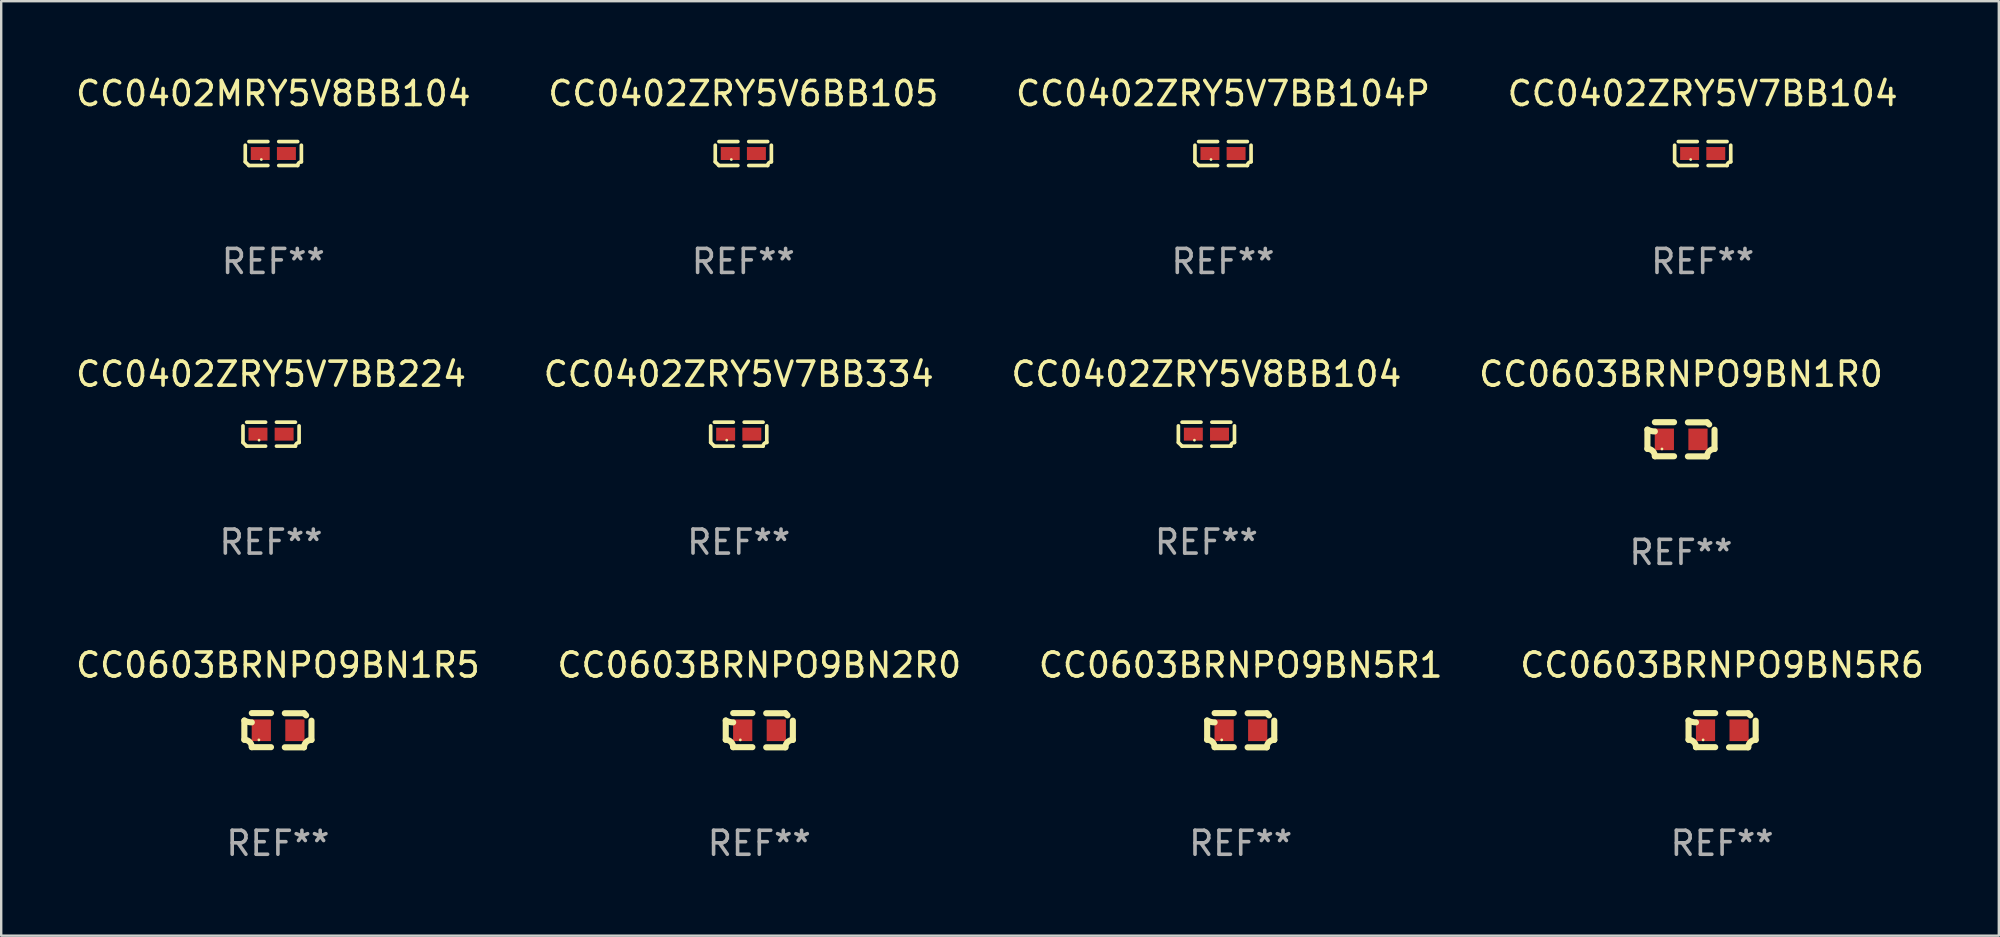
<source format=kicad_pcb>
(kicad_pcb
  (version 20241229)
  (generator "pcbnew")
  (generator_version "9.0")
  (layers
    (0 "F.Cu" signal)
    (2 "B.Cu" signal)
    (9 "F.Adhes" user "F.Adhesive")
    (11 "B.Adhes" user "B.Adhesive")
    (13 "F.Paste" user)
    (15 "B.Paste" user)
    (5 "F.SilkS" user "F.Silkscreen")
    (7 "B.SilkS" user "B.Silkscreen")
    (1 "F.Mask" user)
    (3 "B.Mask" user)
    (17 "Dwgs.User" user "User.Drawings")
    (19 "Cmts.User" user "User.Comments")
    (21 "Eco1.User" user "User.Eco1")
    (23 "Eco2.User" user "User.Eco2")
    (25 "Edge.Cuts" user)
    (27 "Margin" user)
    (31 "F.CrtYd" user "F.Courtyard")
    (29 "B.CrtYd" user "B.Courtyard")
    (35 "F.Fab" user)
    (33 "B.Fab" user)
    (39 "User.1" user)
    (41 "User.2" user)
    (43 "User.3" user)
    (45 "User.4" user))
  (footprint "CC0402ZRY5V7BB104"
    (layer "F.Cu")
    (at 67.899 3.347)
    (property "Reference" "CC0402ZRY5V7BB104" (at 0 -2.499 0) (layer "F.SilkS") (effects (font (size 1 1) (thickness 0.15))))
    (attr through_hole)
    (fp_line (start -1.169 0.346) (end -1.169 -0.346) (stroke (width 0.152) (type solid)) (layer "F.SilkS"))
    (fp_line (start -1.016 -0.499) (end -0.226 -0.499) (stroke (width 0.152) (type solid)) (layer "F.SilkS"))
    (fp_line (start -0.226 0.499) (end -1.016 0.499) (stroke (width 0.152) (type solid)) (layer "F.SilkS"))
    (fp_line (start 0.226 0.499) (end 1.016 0.499) (stroke (width 0.152) (type solid)) (layer "F.SilkS"))
    (fp_line (start 1.016 -0.499) (end 0.226 -0.499) (stroke (width 0.152) (type solid)) (layer "F.SilkS"))
    (fp_line (start 1.169 0.346) (end 1.169 -0.346) (stroke (width 0.152) (type solid)) (layer "F.SilkS"))
    (fp_arc (start -1.016307 0.498603) (mid -1.092512 0.422405) (end -1.16871 0.3462) (stroke (width 0.1524) (type solid)) (layer "F.SilkS"))
    (fp_arc (start 1.016307 0.498603) (mid 1.060899 0.390758) (end 1.168707 0.346076) (stroke (width 0.1524) (type solid)) (layer "F.SilkS"))
    (fp_circle (center -0.5 0.25) (end -0.47 0.25) (stroke (width 0.06) (type solid)) (fill no) (layer "F.SilkS"))
    (fp_text user "REF**" (at 0 4.499 0) (layer "F.Fab") (effects (font (size 1 1) (thickness 0.15))))
    (pad "1" smd rect (at -0.545 0) (size 0.79 0.54) (layers "F.Cu" "F.Mask" "F.Paste"))
    (pad "2" smd rect (at 0.545 0) (size 0.79 0.54) (layers "F.Cu" "F.Mask" "F.Paste")))
  (footprint "CC0603BRNPO9BN1R0"
    (layer "F.Cu")
    (at 66.994 15.255)
    (property "Reference" "CC0603BRNPO9BN1R0" (at 0 -2.713 0) (layer "F.SilkS") (effects (font (size 1 1) (thickness 0.15))))
    (attr through_hole)
    (fp_line (start -1.398 -0.403) (end -1.398 0.397) (stroke (width 0.254) (type solid)) (layer "F.SilkS"))
    (fp_line (start -0.288 -0.713) (end -1.088 -0.713) (stroke (width 0.254) (type solid)) (layer "F.SilkS"))
    (fp_line (start -0.288 0.707) (end -1.088 0.707) (stroke (width 0.254) (type solid)) (layer "F.SilkS"))
    (fp_line (start 0.288 -0.707) (end 1.088 -0.707) (stroke (width 0.254) (type solid)) (layer "F.SilkS"))
    (fp_line (start 0.288 0.713) (end 1.088 0.713) (stroke (width 0.254) (type solid)) (layer "F.SilkS"))
    (fp_line (start 1.398 -0.397) (end 1.398 0.403) (stroke (width 0.254) (type solid)) (layer "F.SilkS"))
    (fp_arc (start -1.397789 0.397066) (mid -1.178701 0.487826) (end -1.08796 0.706922) (stroke (width 0.254001) (type solid)) (layer "F.SilkS"))
    (fp_arc (start -1.08796 -0.327176) (mid -1.247436 -0.346384) (end -1.39779 -0.402908) (stroke (width 0.254001) (type solid)) (layer "F.SilkS"))
    (fp_arc (start 1.087909 0.712738) (mid 1.178656 0.493655) (end 1.397739 0.402908) (stroke (width 0.254001) (type solid)) (layer "F.SilkS"))
    (fp_arc (start 1.175925 -0.618926) (mid 1.131917 -0.662923) (end 1.08791 -0.706922) (stroke (width 0.254001) (type solid)) (layer "F.SilkS"))
    (fp_circle (center -0.792 0.403) (end -0.762 0.403) (stroke (width 0.06) (type solid)) (fill no) (layer "F.SilkS"))
    (fp_text user "REF**" (at 0 4.713 0) (layer "F.Fab") (effects (font (size 1 1) (thickness 0.15))))
    (pad "1" smd rect (at -0.692 0.003) (size 0.8 0.9) (layers "F.Cu" "F.Mask" "F.Paste"))
    (pad "2" smd rect (at 0.708 0.003) (size 0.8 0.9) (layers "F.Cu" "F.Mask" "F.Paste")))
  (footprint "CC0402ZRY5V7BB104P"
    (layer "F.Cu")
    (at 47.911 3.347)
    (property "Reference" "CC0402ZRY5V7BB104P" (at 0 -2.499 0) (layer "F.SilkS") (effects (font (size 1 1) (thickness 0.15))))
    (attr through_hole)
    (fp_line (start -1.169 0.346) (end -1.169 -0.346) (stroke (width 0.152) (type solid)) (layer "F.SilkS"))
    (fp_line (start -1.016 -0.499) (end -0.226 -0.499) (stroke (width 0.152) (type solid)) (layer "F.SilkS"))
    (fp_line (start -0.226 0.499) (end -1.016 0.499) (stroke (width 0.152) (type solid)) (layer "F.SilkS"))
    (fp_line (start 0.226 0.499) (end 1.016 0.499) (stroke (width 0.152) (type solid)) (layer "F.SilkS"))
    (fp_line (start 1.016 -0.499) (end 0.226 -0.499) (stroke (width 0.152) (type solid)) (layer "F.SilkS"))
    (fp_line (start 1.169 0.346) (end 1.169 -0.346) (stroke (width 0.152) (type solid)) (layer "F.SilkS"))
    (fp_arc (start -1.016307 0.498603) (mid -1.092512 0.422405) (end -1.16871 0.3462) (stroke (width 0.1524) (type solid)) (layer "F.SilkS"))
    (fp_arc (start 1.016307 0.498603) (mid 1.060899 0.390758) (end 1.168707 0.346076) (stroke (width 0.1524) (type solid)) (layer "F.SilkS"))
    (fp_circle (center -0.5 0.25) (end -0.47 0.25) (stroke (width 0.06) (type solid)) (fill no) (layer "F.SilkS"))
    (fp_text user "REF**" (at 0 4.499 0) (layer "F.Fab") (effects (font (size 1 1) (thickness 0.15))))
    (pad "1" smd rect (at -0.545 0) (size 0.79 0.54) (layers "F.Cu" "F.Mask" "F.Paste"))
    (pad "2" smd rect (at 0.545 0) (size 0.79 0.54) (layers "F.Cu" "F.Mask" "F.Paste")))
  (footprint "CC0603BRNPO9BN1R5"
    (layer "F.Cu")
    (at 8.53 27.377)
    (property "Reference" "CC0603BRNPO9BN1R5" (at 0 -2.713 0) (layer "F.SilkS") (effects (font (size 1 1) (thickness 0.15))))
    (attr through_hole)
    (fp_line (start -1.398 -0.403) (end -1.398 0.397) (stroke (width 0.254) (type solid)) (layer "F.SilkS"))
    (fp_line (start -0.288 -0.713) (end -1.088 -0.713) (stroke (width 0.254) (type solid)) (layer "F.SilkS"))
    (fp_line (start -0.288 0.707) (end -1.088 0.707) (stroke (width 0.254) (type solid)) (layer "F.SilkS"))
    (fp_line (start 0.288 -0.707) (end 1.088 -0.707) (stroke (width 0.254) (type solid)) (layer "F.SilkS"))
    (fp_line (start 0.288 0.713) (end 1.088 0.713) (stroke (width 0.254) (type solid)) (layer "F.SilkS"))
    (fp_line (start 1.398 -0.397) (end 1.398 0.403) (stroke (width 0.254) (type solid)) (layer "F.SilkS"))
    (fp_arc (start -1.397789 0.397066) (mid -1.178701 0.487826) (end -1.08796 0.706922) (stroke (width 0.254001) (type solid)) (layer "F.SilkS"))
    (fp_arc (start -1.08796 -0.327176) (mid -1.247436 -0.346384) (end -1.39779 -0.402908) (stroke (width 0.254001) (type solid)) (layer "F.SilkS"))
    (fp_arc (start 1.087909 0.712738) (mid 1.178656 0.493655) (end 1.397739 0.402908) (stroke (width 0.254001) (type solid)) (layer "F.SilkS"))
    (fp_arc (start 1.175925 -0.618926) (mid 1.131917 -0.662923) (end 1.08791 -0.706922) (stroke (width 0.254001) (type solid)) (layer "F.SilkS"))
    (fp_circle (center -0.792 0.403) (end -0.762 0.403) (stroke (width 0.06) (type solid)) (fill no) (layer "F.SilkS"))
    (fp_text user "REF**" (at 0 4.713 0) (layer "F.Fab") (effects (font (size 1 1) (thickness 0.15))))
    (pad "1" smd rect (at -0.692 0.003) (size 0.8 0.9) (layers "F.Cu" "F.Mask" "F.Paste"))
    (pad "2" smd rect (at 0.708 0.003) (size 0.8 0.9) (layers "F.Cu" "F.Mask" "F.Paste")))
  (footprint "CC0603BRNPO9BN2R0"
    (layer "F.Cu")
    (at 28.589 27.377)
    (property "Reference" "CC0603BRNPO9BN2R0" (at 0 -2.713 0) (layer "F.SilkS") (effects (font (size 1 1) (thickness 0.15))))
    (attr through_hole)
    (fp_line (start -1.398 -0.403) (end -1.398 0.397) (stroke (width 0.254) (type solid)) (layer "F.SilkS"))
    (fp_line (start -0.288 -0.713) (end -1.088 -0.713) (stroke (width 0.254) (type solid)) (layer "F.SilkS"))
    (fp_line (start -0.288 0.707) (end -1.088 0.707) (stroke (width 0.254) (type solid)) (layer "F.SilkS"))
    (fp_line (start 0.288 -0.707) (end 1.088 -0.707) (stroke (width 0.254) (type solid)) (layer "F.SilkS"))
    (fp_line (start 0.288 0.713) (end 1.088 0.713) (stroke (width 0.254) (type solid)) (layer "F.SilkS"))
    (fp_line (start 1.398 -0.397) (end 1.398 0.403) (stroke (width 0.254) (type solid)) (layer "F.SilkS"))
    (fp_arc (start -1.397789 0.397066) (mid -1.178701 0.487826) (end -1.08796 0.706922) (stroke (width 0.254001) (type solid)) (layer "F.SilkS"))
    (fp_arc (start -1.08796 -0.327176) (mid -1.247436 -0.346384) (end -1.39779 -0.402908) (stroke (width 0.254001) (type solid)) (layer "F.SilkS"))
    (fp_arc (start 1.087909 0.712738) (mid 1.178656 0.493655) (end 1.397739 0.402908) (stroke (width 0.254001) (type solid)) (layer "F.SilkS"))
    (fp_arc (start 1.175925 -0.618926) (mid 1.131917 -0.662923) (end 1.08791 -0.706922) (stroke (width 0.254001) (type solid)) (layer "F.SilkS"))
    (fp_circle (center -0.792 0.403) (end -0.762 0.403) (stroke (width 0.06) (type solid)) (fill no) (layer "F.SilkS"))
    (fp_text user "REF**" (at 0 4.713 0) (layer "F.Fab") (effects (font (size 1 1) (thickness 0.15))))
    (pad "1" smd rect (at -0.692 0.003) (size 0.8 0.9) (layers "F.Cu" "F.Mask" "F.Paste"))
    (pad "2" smd rect (at 0.708 0.003) (size 0.8 0.9) (layers "F.Cu" "F.Mask" "F.Paste")))
  (footprint "CC0603BRNPO9BN5R6"
    (layer "F.Cu")
    (at 68.708 27.377)
    (property "Reference" "CC0603BRNPO9BN5R6" (at 0 -2.713 0) (layer "F.SilkS") (effects (font (size 1 1) (thickness 0.15))))
    (attr through_hole)
    (fp_line (start -1.398 -0.403) (end -1.398 0.397) (stroke (width 0.254) (type solid)) (layer "F.SilkS"))
    (fp_line (start -0.288 -0.713) (end -1.088 -0.713) (stroke (width 0.254) (type solid)) (layer "F.SilkS"))
    (fp_line (start -0.288 0.707) (end -1.088 0.707) (stroke (width 0.254) (type solid)) (layer "F.SilkS"))
    (fp_line (start 0.288 -0.707) (end 1.088 -0.707) (stroke (width 0.254) (type solid)) (layer "F.SilkS"))
    (fp_line (start 0.288 0.713) (end 1.088 0.713) (stroke (width 0.254) (type solid)) (layer "F.SilkS"))
    (fp_line (start 1.398 -0.397) (end 1.398 0.403) (stroke (width 0.254) (type solid)) (layer "F.SilkS"))
    (fp_arc (start -1.397789 0.397066) (mid -1.178701 0.487826) (end -1.08796 0.706922) (stroke (width 0.254001) (type solid)) (layer "F.SilkS"))
    (fp_arc (start -1.08796 -0.327176) (mid -1.247436 -0.346384) (end -1.39779 -0.402908) (stroke (width 0.254001) (type solid)) (layer "F.SilkS"))
    (fp_arc (start 1.087909 0.712738) (mid 1.178656 0.493655) (end 1.397739 0.402908) (stroke (width 0.254001) (type solid)) (layer "F.SilkS"))
    (fp_arc (start 1.175925 -0.618926) (mid 1.131917 -0.662923) (end 1.08791 -0.706922) (stroke (width 0.254001) (type solid)) (layer "F.SilkS"))
    (fp_circle (center -0.792 0.403) (end -0.762 0.403) (stroke (width 0.06) (type solid)) (fill no) (layer "F.SilkS"))
    (fp_text user "REF**" (at 0 4.713 0) (layer "F.Fab") (effects (font (size 1 1) (thickness 0.15))))
    (pad "1" smd rect (at -0.692 0.003) (size 0.8 0.9) (layers "F.Cu" "F.Mask" "F.Paste"))
    (pad "2" smd rect (at 0.708 0.003) (size 0.8 0.9) (layers "F.Cu" "F.Mask" "F.Paste")))
  (footprint "CC0402MRY5V8BB104"
    (layer "F.Cu")
    (at 8.339 3.347)
    (property "Reference" "CC0402MRY5V8BB104" (at 0 -2.499 0) (layer "F.SilkS") (effects (font (size 1 1) (thickness 0.15))))
    (attr through_hole)
    (fp_line (start -1.169 0.346) (end -1.169 -0.346) (stroke (width 0.152) (type solid)) (layer "F.SilkS"))
    (fp_line (start -1.016 -0.499) (end -0.226 -0.499) (stroke (width 0.152) (type solid)) (layer "F.SilkS"))
    (fp_line (start -0.226 0.499) (end -1.016 0.499) (stroke (width 0.152) (type solid)) (layer "F.SilkS"))
    (fp_line (start 0.226 0.499) (end 1.016 0.499) (stroke (width 0.152) (type solid)) (layer "F.SilkS"))
    (fp_line (start 1.016 -0.499) (end 0.226 -0.499) (stroke (width 0.152) (type solid)) (layer "F.SilkS"))
    (fp_line (start 1.169 0.346) (end 1.169 -0.346) (stroke (width 0.152) (type solid)) (layer "F.SilkS"))
    (fp_arc (start -1.016307 0.498603) (mid -1.092512 0.422405) (end -1.16871 0.3462) (stroke (width 0.1524) (type solid)) (layer "F.SilkS"))
    (fp_arc (start 1.016307 0.498603) (mid 1.060899 0.390758) (end 1.168707 0.346076) (stroke (width 0.1524) (type solid)) (layer "F.SilkS"))
    (fp_circle (center -0.5 0.25) (end -0.47 0.25) (stroke (width 0.06) (type solid)) (fill no) (layer "F.SilkS"))
    (fp_text user "REF**" (at 0 4.499 0) (layer "F.Fab") (effects (font (size 1 1) (thickness 0.15))))
    (pad "1" smd rect (at -0.545 0) (size 0.79 0.54) (layers "F.Cu" "F.Mask" "F.Paste"))
    (pad "2" smd rect (at 0.545 0) (size 0.79 0.54) (layers "F.Cu" "F.Mask" "F.Paste")))
  (footprint "CC0402ZRY5V7BB334"
    (layer "F.Cu")
    (at 27.732 15.041)
    (property "Reference" "CC0402ZRY5V7BB334" (at 0 -2.499 0) (layer "F.SilkS") (effects (font (size 1 1) (thickness 0.15))))
    (attr through_hole)
    (fp_line (start -1.169 0.346) (end -1.169 -0.346) (stroke (width 0.152) (type solid)) (layer "F.SilkS"))
    (fp_line (start -1.016 -0.499) (end -0.226 -0.499) (stroke (width 0.152) (type solid)) (layer "F.SilkS"))
    (fp_line (start -0.226 0.499) (end -1.016 0.499) (stroke (width 0.152) (type solid)) (layer "F.SilkS"))
    (fp_line (start 0.226 0.499) (end 1.016 0.499) (stroke (width 0.152) (type solid)) (layer "F.SilkS"))
    (fp_line (start 1.016 -0.499) (end 0.226 -0.499) (stroke (width 0.152) (type solid)) (layer "F.SilkS"))
    (fp_line (start 1.169 0.346) (end 1.169 -0.346) (stroke (width 0.152) (type solid)) (layer "F.SilkS"))
    (fp_arc (start -1.016307 0.498603) (mid -1.092512 0.422405) (end -1.16871 0.3462) (stroke (width 0.1524) (type solid)) (layer "F.SilkS"))
    (fp_arc (start 1.016307 0.498603) (mid 1.060899 0.390758) (end 1.168707 0.346076) (stroke (width 0.1524) (type solid)) (layer "F.SilkS"))
    (fp_circle (center -0.5 0.25) (end -0.47 0.25) (stroke (width 0.06) (type solid)) (fill no) (layer "F.SilkS"))
    (fp_text user "REF**" (at 0 4.499 0) (layer "F.Fab") (effects (font (size 1 1) (thickness 0.15))))
    (pad "1" smd rect (at -0.545 0) (size 0.79 0.54) (layers "F.Cu" "F.Mask" "F.Paste"))
    (pad "2" smd rect (at 0.545 0) (size 0.79 0.54) (layers "F.Cu" "F.Mask" "F.Paste")))
  (footprint "CC0402ZRY5V7BB224"
    (layer "F.Cu")
    (at 8.244 15.041)
    (property "Reference" "CC0402ZRY5V7BB224" (at 0 -2.499 0) (layer "F.SilkS") (effects (font (size 1 1) (thickness 0.15))))
    (attr through_hole)
    (fp_line (start -1.169 0.346) (end -1.169 -0.346) (stroke (width 0.152) (type solid)) (layer "F.SilkS"))
    (fp_line (start -1.016 -0.499) (end -0.226 -0.499) (stroke (width 0.152) (type solid)) (layer "F.SilkS"))
    (fp_line (start -0.226 0.499) (end -1.016 0.499) (stroke (width 0.152) (type solid)) (layer "F.SilkS"))
    (fp_line (start 0.226 0.499) (end 1.016 0.499) (stroke (width 0.152) (type solid)) (layer "F.SilkS"))
    (fp_line (start 1.016 -0.499) (end 0.226 -0.499) (stroke (width 0.152) (type solid)) (layer "F.SilkS"))
    (fp_line (start 1.169 0.346) (end 1.169 -0.346) (stroke (width 0.152) (type solid)) (layer "F.SilkS"))
    (fp_arc (start -1.016307 0.498603) (mid -1.092512 0.422405) (end -1.16871 0.3462) (stroke (width 0.1524) (type solid)) (layer "F.SilkS"))
    (fp_arc (start 1.016307 0.498603) (mid 1.060899 0.390758) (end 1.168707 0.346076) (stroke (width 0.1524) (type solid)) (layer "F.SilkS"))
    (fp_circle (center -0.5 0.25) (end -0.47 0.25) (stroke (width 0.06) (type solid)) (fill no) (layer "F.SilkS"))
    (fp_text user "REF**" (at 0 4.499 0) (layer "F.Fab") (effects (font (size 1 1) (thickness 0.15))))
    (pad "1" smd rect (at -0.545 0) (size 0.79 0.54) (layers "F.Cu" "F.Mask" "F.Paste"))
    (pad "2" smd rect (at 0.545 0) (size 0.79 0.54) (layers "F.Cu" "F.Mask" "F.Paste")))
  (footprint "CC0402ZRY5V6BB105"
    (layer "F.Cu")
    (at 27.923 3.347)
    (property "Reference" "CC0402ZRY5V6BB105" (at 0 -2.499 0) (layer "F.SilkS") (effects (font (size 1 1) (thickness 0.15))))
    (attr through_hole)
    (fp_line (start -1.169 0.346) (end -1.169 -0.346) (stroke (width 0.152) (type solid)) (layer "F.SilkS"))
    (fp_line (start -1.016 -0.499) (end -0.226 -0.499) (stroke (width 0.152) (type solid)) (layer "F.SilkS"))
    (fp_line (start -0.226 0.499) (end -1.016 0.499) (stroke (width 0.152) (type solid)) (layer "F.SilkS"))
    (fp_line (start 0.226 0.499) (end 1.016 0.499) (stroke (width 0.152) (type solid)) (layer "F.SilkS"))
    (fp_line (start 1.016 -0.499) (end 0.226 -0.499) (stroke (width 0.152) (type solid)) (layer "F.SilkS"))
    (fp_line (start 1.169 0.346) (end 1.169 -0.346) (stroke (width 0.152) (type solid)) (layer "F.SilkS"))
    (fp_arc (start -1.016307 0.498603) (mid -1.092512 0.422405) (end -1.16871 0.3462) (stroke (width 0.1524) (type solid)) (layer "F.SilkS"))
    (fp_arc (start 1.016307 0.498603) (mid 1.060899 0.390758) (end 1.168707 0.346076) (stroke (width 0.1524) (type solid)) (layer "F.SilkS"))
    (fp_circle (center -0.5 0.25) (end -0.47 0.25) (stroke (width 0.06) (type solid)) (fill no) (layer "F.SilkS"))
    (fp_text user "REF**" (at 0 4.499 0) (layer "F.Fab") (effects (font (size 1 1) (thickness 0.15))))
    (pad "1" smd rect (at -0.545 0) (size 0.79 0.54) (layers "F.Cu" "F.Mask" "F.Paste"))
    (pad "2" smd rect (at 0.545 0) (size 0.79 0.54) (layers "F.Cu" "F.Mask" "F.Paste")))
  (footprint "CC0603BRNPO9BN5R1"
    (layer "F.Cu")
    (at 48.649 27.377)
    (property "Reference" "CC0603BRNPO9BN5R1" (at 0 -2.713 0) (layer "F.SilkS") (effects (font (size 1 1) (thickness 0.15))))
    (attr through_hole)
    (fp_line (start -1.398 -0.403) (end -1.398 0.397) (stroke (width 0.254) (type solid)) (layer "F.SilkS"))
    (fp_line (start -0.288 -0.713) (end -1.088 -0.713) (stroke (width 0.254) (type solid)) (layer "F.SilkS"))
    (fp_line (start -0.288 0.707) (end -1.088 0.707) (stroke (width 0.254) (type solid)) (layer "F.SilkS"))
    (fp_line (start 0.288 -0.707) (end 1.088 -0.707) (stroke (width 0.254) (type solid)) (layer "F.SilkS"))
    (fp_line (start 0.288 0.713) (end 1.088 0.713) (stroke (width 0.254) (type solid)) (layer "F.SilkS"))
    (fp_line (start 1.398 -0.397) (end 1.398 0.403) (stroke (width 0.254) (type solid)) (layer "F.SilkS"))
    (fp_arc (start -1.397789 0.397066) (mid -1.178701 0.487826) (end -1.08796 0.706922) (stroke (width 0.254001) (type solid)) (layer "F.SilkS"))
    (fp_arc (start -1.08796 -0.327176) (mid -1.247436 -0.346384) (end -1.39779 -0.402908) (stroke (width 0.254001) (type solid)) (layer "F.SilkS"))
    (fp_arc (start 1.087909 0.712738) (mid 1.178656 0.493655) (end 1.397739 0.402908) (stroke (width 0.254001) (type solid)) (layer "F.SilkS"))
    (fp_arc (start 1.175925 -0.618926) (mid 1.131917 -0.662923) (end 1.08791 -0.706922) (stroke (width 0.254001) (type solid)) (layer "F.SilkS"))
    (fp_circle (center -0.792 0.403) (end -0.762 0.403) (stroke (width 0.06) (type solid)) (fill no) (layer "F.SilkS"))
    (fp_text user "REF**" (at 0 4.713 0) (layer "F.Fab") (effects (font (size 1 1) (thickness 0.15))))
    (pad "1" smd rect (at -0.692 0.003) (size 0.8 0.9) (layers "F.Cu" "F.Mask" "F.Paste"))
    (pad "2" smd rect (at 0.708 0.003) (size 0.8 0.9) (layers "F.Cu" "F.Mask" "F.Paste")))
  (footprint "CC0402ZRY5V8BB104"
    (layer "F.Cu")
    (at 47.22 15.041)
    (property "Reference" "CC0402ZRY5V8BB104" (at 0 -2.499 0) (layer "F.SilkS") (effects (font (size 1 1) (thickness 0.15))))
    (attr through_hole)
    (fp_line (start -1.169 0.346) (end -1.169 -0.346) (stroke (width 0.152) (type solid)) (layer "F.SilkS"))
    (fp_line (start -1.016 -0.499) (end -0.226 -0.499) (stroke (width 0.152) (type solid)) (layer "F.SilkS"))
    (fp_line (start -0.226 0.499) (end -1.016 0.499) (stroke (width 0.152) (type solid)) (layer "F.SilkS"))
    (fp_line (start 0.226 0.499) (end 1.016 0.499) (stroke (width 0.152) (type solid)) (layer "F.SilkS"))
    (fp_line (start 1.016 -0.499) (end 0.226 -0.499) (stroke (width 0.152) (type solid)) (layer "F.SilkS"))
    (fp_line (start 1.169 0.346) (end 1.169 -0.346) (stroke (width 0.152) (type solid)) (layer "F.SilkS"))
    (fp_arc (start -1.016307 0.498603) (mid -1.092512 0.422405) (end -1.16871 0.3462) (stroke (width 0.1524) (type solid)) (layer "F.SilkS"))
    (fp_arc (start 1.016307 0.498603) (mid 1.060899 0.390758) (end 1.168707 0.346076) (stroke (width 0.1524) (type solid)) (layer "F.SilkS"))
    (fp_circle (center -0.5 0.25) (end -0.47 0.25) (stroke (width 0.06) (type solid)) (fill no) (layer "F.SilkS"))
    (fp_text user "REF**" (at 0 4.499 0) (layer "F.Fab") (effects (font (size 1 1) (thickness 0.15))))
    (pad "1" smd rect (at -0.545 0) (size 0.79 0.54) (layers "F.Cu" "F.Mask" "F.Paste"))
    (pad "2" smd rect (at 0.545 0) (size 0.79 0.54) (layers "F.Cu" "F.Mask" "F.Paste")))
  (gr_rect
    (start -3 -3)
    (end 80.238 35.938)
    (stroke (width 0.1) (type default))
    (fill no)
    (layer "Edge.Cuts")))
</source>
